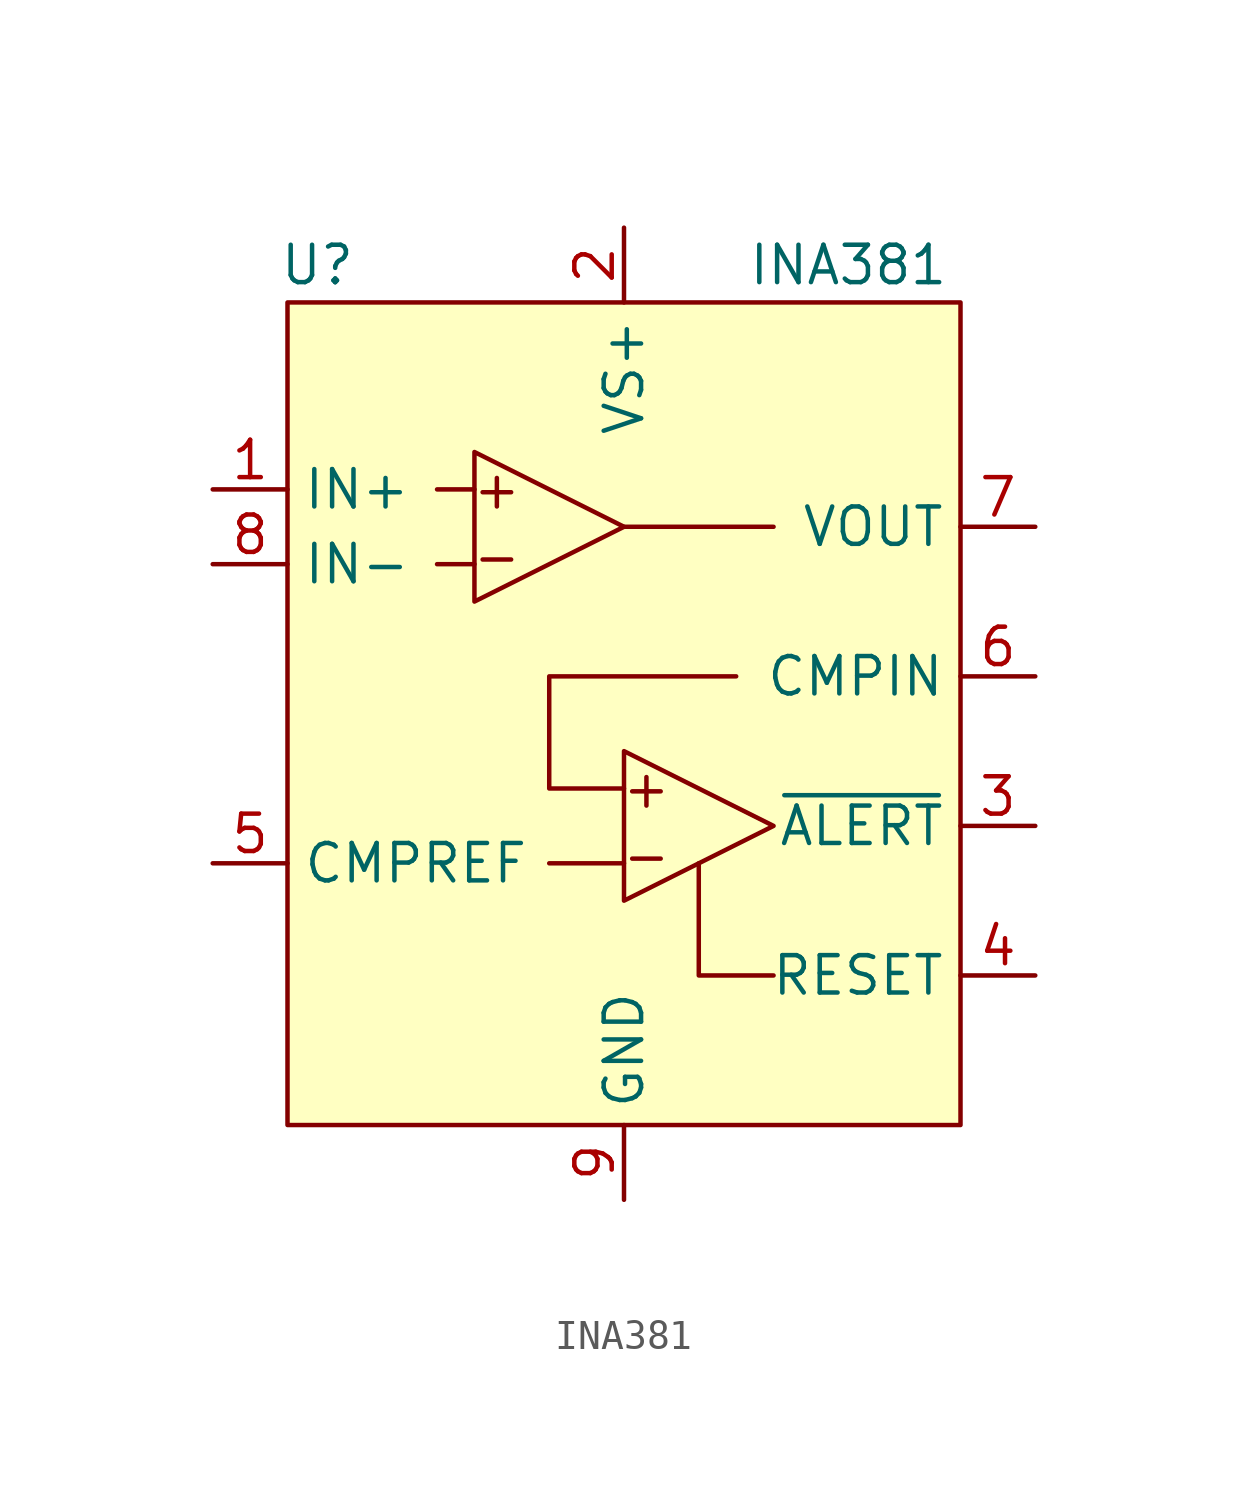
<source format=kicad_sym>
(kicad_symbol_lib
  (version 20231120)
  (generator "kicad_symbol_editor")
  (generator_version "8.0")
  (symbol "INA381"
    (property "Reference" "U"
      (at -10.414 15.24 0)
      (effects (font (size 1.27 1.27))))
    (property "Value" "INA381"
      (at 7.62 15.24 0)
      (effects (font (size 1.27 1.27))))
    (symbol "INA381_0_1"
      (polyline (pts (xy -5.08 8.89) (xy -5.08 3.81) (xy 0 6.35) (xy -5.08 8.89)) (stroke (width 0) (type default)) (fill (type none)))
      (polyline (pts (xy 0 -1.27) (xy 0 -6.35) (xy 5.08 -3.81) (xy 0 -1.27)) (stroke (width 0) (type default)) (fill (type none))))
    (symbol "INA381_1_1"
      (rectangle (start -11.43 13.97) (end 11.43 -13.97) (stroke (width 0) (type default)) (fill (type background)))
      (polyline (pts (xy -5.08 5.08) (xy -6.35 5.08)) (stroke (width 0) (type default)) (fill (type none)))
      (polyline (pts (xy -5.08 7.62) (xy -6.35 7.62)) (stroke (width 0) (type default)) (fill (type none)))
      (polyline (pts (xy 0 -5.08) (xy -2.54 -5.08)) (stroke (width 0) (type default)) (fill (type none)))
      (polyline (pts (xy 0 6.35) (xy 5.08 6.35)) (stroke (width 0) (type default)) (fill (type none)))
      (polyline (pts (xy 2.54 -5.08) (xy 2.54 -8.89) (xy 5.08 -8.89)) (stroke (width 0) (type default)) (fill (type none)))
      (polyline (pts (xy 3.81 1.27) (xy -2.54 1.27) (xy -2.54 -2.54) (xy 0 -2.54)) (stroke (width 0) (type default)) (fill (type none)))
      (text "+" (at -4.318 7.62 0) (effects (font (size 1.27 1.27))))
      (text "+" (at 0.762 -2.54 0) (effects (font (size 1.27 1.27))))
      (text "-" (at -4.318 5.334 0) (effects (font (size 1.27 1.27))))
      (text "-" (at 0.762 -4.826 0) (effects (font (size 1.27 1.27))))
      (pin input line (at -13.97 7.62 0) (length 2.54) (name "IN+" (effects (font (size 1.27 1.27)))) (number "1" (effects (font (size 1.27 1.27)))))
      (pin power_in line (at 0 16.51 270) (length 2.54) (name "VS+" (effects (font (size 1.27 1.27)))) (number "2" (effects (font (size 1.27 1.27)))))
      (pin open_collector line (at 13.97 -3.81 180) (length 2.54) (name "~{ALERT}" (effects (font (size 1.27 1.27)))) (number "3" (effects (font (size 1.27 1.27)))))
      (pin input line (at 13.97 -8.89 180) (length 2.54) (name "RESET" (effects (font (size 1.27 1.27)))) (number "4" (effects (font (size 1.27 1.27)))))
      (pin input line (at -13.97 -5.08 0) (length 2.54) (name "CMPREF" (effects (font (size 1.27 1.27)))) (number "5" (effects (font (size 1.27 1.27)))))
      (pin input line (at 13.97 1.27 180) (length 2.54) (name "CMPIN" (effects (font (size 1.27 1.27)))) (number "6" (effects (font (size 1.27 1.27)))))
      (pin output line (at 13.97 6.35 180) (length 2.54) (name "VOUT" (effects (font (size 1.27 1.27)))) (number "7" (effects (font (size 1.27 1.27)))))
      (pin input line (at -13.97 5.08 0) (length 2.54) (name "IN-" (effects (font (size 1.27 1.27)))) (number "8" (effects (font (size 1.27 1.27)))))
      (pin power_in line (at 0 -16.51 90) (length 2.54) (name "GND" (effects (font (size 1.27 1.27)))) (number "9" (effects (font (size 1.27 1.27))))))))
</source>
